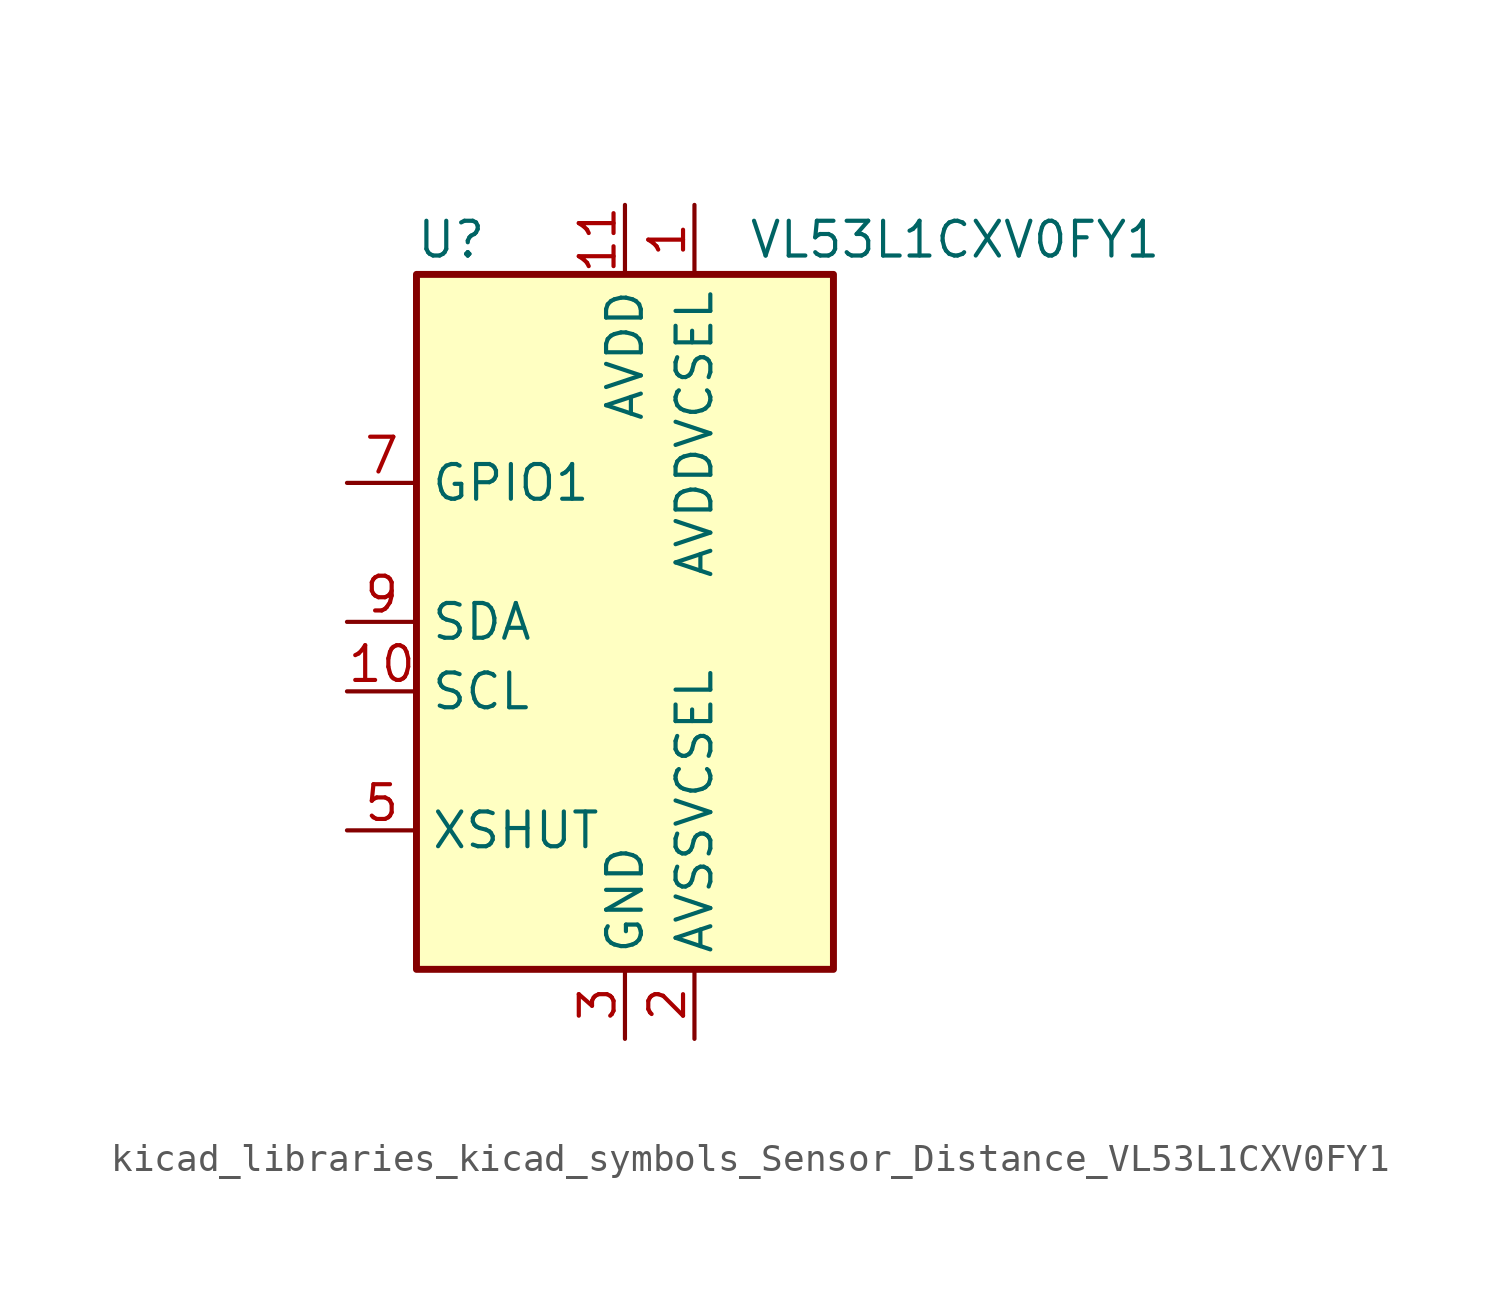
<source format=kicad_sym>
(kicad_symbol_lib
  (version 20220914)
  (generator kicad_symbol_editor)
  (symbol "kicad_libraries_kicad_symbols_Sensor_Distance_VL53L1CXV0FY1"
    (property "Reference" "U"
      (at -6.35 13.97 0)
      (effects (font (size 1.27 1.27))))
    (property "Value" "VL53L1CXV0FY1"
      (at 12.065 13.97 0)
      (effects (font (size 1.27 1.27))))
    (symbol "kicad_libraries_kicad_symbols_Sensor_Distance_VL53L1CXV0FY1_0_1"
      (rectangle (start -7.62 12.7) (end 7.62 -12.7) (stroke (width 0.254) (type default)) (fill (type background))))
    (symbol "kicad_libraries_kicad_symbols_Sensor_Distance_VL53L1CXV0FY1_1_1"
      (pin power_in line (at 2.54 15.24 270) (length 2.54) (name "AVDDVCSEL" (effects (font (size 1.27 1.27)))) (number "1" (effects (font (size 1.27 1.27)))))
      (pin input line (at -10.16 -2.54 0) (length 2.54) (name "SCL" (effects (font (size 1.27 1.27)))) (number "10" (effects (font (size 1.27 1.27)))))
      (pin power_in line (at 0 15.24 270) (length 2.54) (name "AVDD" (effects (font (size 1.27 1.27)))) (number "11" (effects (font (size 1.27 1.27)))))
      (pin passive line (at 0 -15.24 90) (length 2.54) hide (name "GND" (effects (font (size 1.27 1.27)))) (number "12" (effects (font (size 1.27 1.27)))))
      (pin power_in line (at 2.54 -15.24 90) (length 2.54) (name "AVSSVCSEL" (effects (font (size 1.27 1.27)))) (number "2" (effects (font (size 1.27 1.27)))))
      (pin power_in line (at 0 -15.24 90) (length 2.54) (name "GND" (effects (font (size 1.27 1.27)))) (number "3" (effects (font (size 1.27 1.27)))))
      (pin passive line (at 0 -15.24 90) (length 2.54) hide (name "GND" (effects (font (size 1.27 1.27)))) (number "4" (effects (font (size 1.27 1.27)))))
      (pin input line (at -10.16 -7.62 0) (length 2.54) (name "XSHUT" (effects (font (size 1.27 1.27)))) (number "5" (effects (font (size 1.27 1.27)))))
      (pin passive line (at 0 -15.24 90) (length 2.54) hide (name "GND" (effects (font (size 1.27 1.27)))) (number "6" (effects (font (size 1.27 1.27)))))
      (pin open_collector line (at -10.16 5.08 0) (length 2.54) (name "GPIO1" (effects (font (size 1.27 1.27)))) (number "7" (effects (font (size 1.27 1.27)))))
      (pin no_connect line (at -7.62 7.62 0) (length 2.54) hide (name "DNC" (effects (font (size 1.27 1.27)))) (number "8" (effects (font (size 1.27 1.27)))))
      (pin bidirectional line (at -10.16 0 0) (length 2.54) (name "SDA" (effects (font (size 1.27 1.27)))) (number "9" (effects (font (size 1.27 1.27))))))))
</source>
